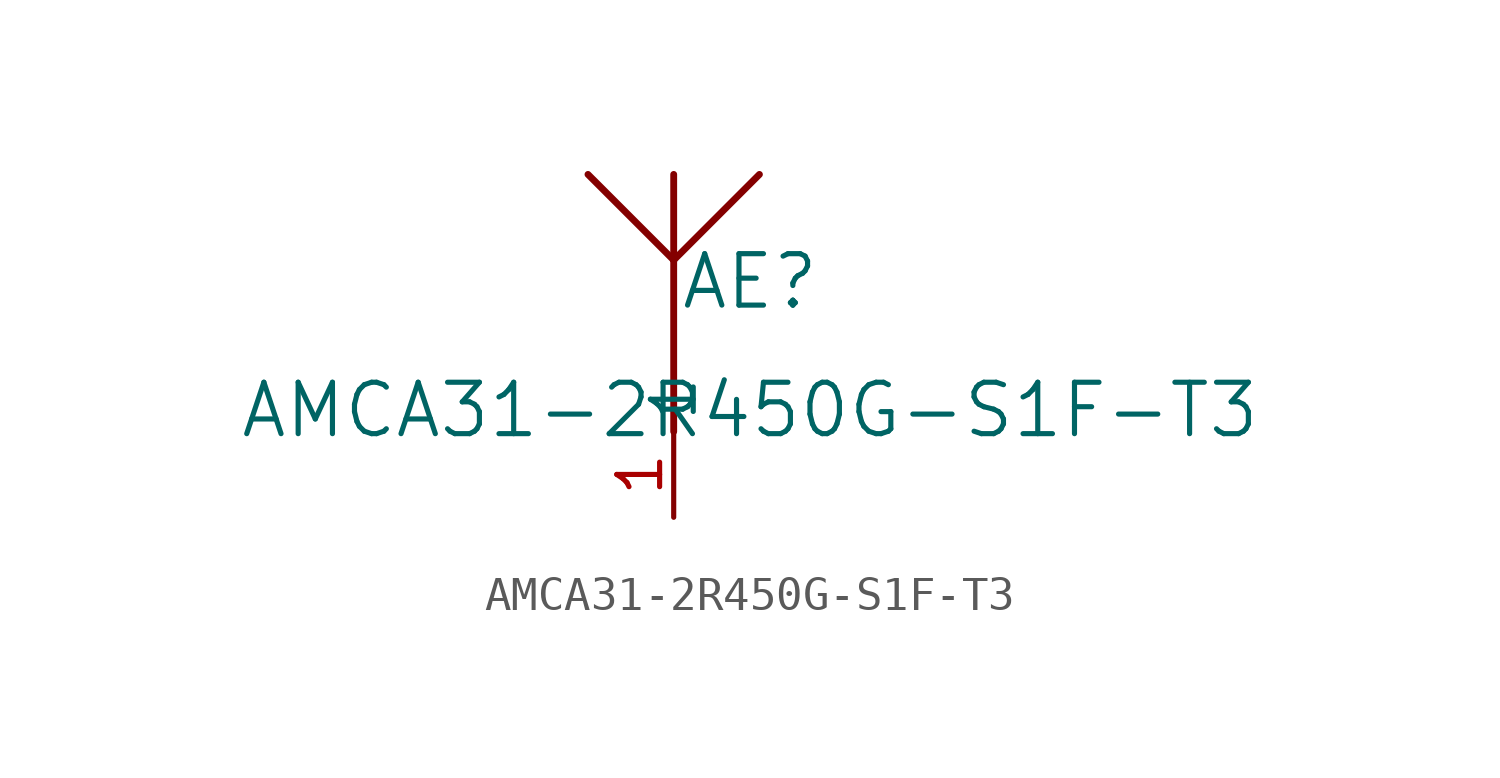
<source format=kicad_sym>
(kicad_symbol_lib
  (version 20211014)
  (generator kicad_symbol_editor)
  (symbol "AMCA31-2R450G-S1F-T3"
    (pin_names
      (offset 0.254))
    (property "Reference" "AE"
      (at 2.261 6.985 0)
      (effects (font (size 1.524 1.524))))
    (property "Value" "AMCA31-2R450G-S1F-T3"
      (at 2.261 3.175 0)
      (effects (font (size 1.524 1.524))))
    (symbol "AMCA31-2R450G-S1F-T3_0_1"
      (polyline (pts (xy 0 7.62) (xy 0 2.54)) (stroke (width 0.203) (type default) (color 0 0 0 0)) (fill (type none)))
      (polyline (pts (xy -2.54 10.16) (xy 0 7.62)) (stroke (width 0.203) (type default) (color 0 0 0 0)) (fill (type none)))
      (polyline (pts (xy 0 10.16) (xy 0 7.62)) (stroke (width 0.203) (type default) (color 0 0 0 0)) (fill (type none)))
      (polyline (pts (xy 0 7.62) (xy 2.54 10.16)) (stroke (width 0.203) (type default) (color 0 0 0 0)) (fill (type none)))
      (pin unspecified line (at 0 0 90) (length 2.54) (name "1" (effects (font (size 1.27 1.27)))) (number "1" (effects (font (size 1.27 1.27))))))))
</source>
